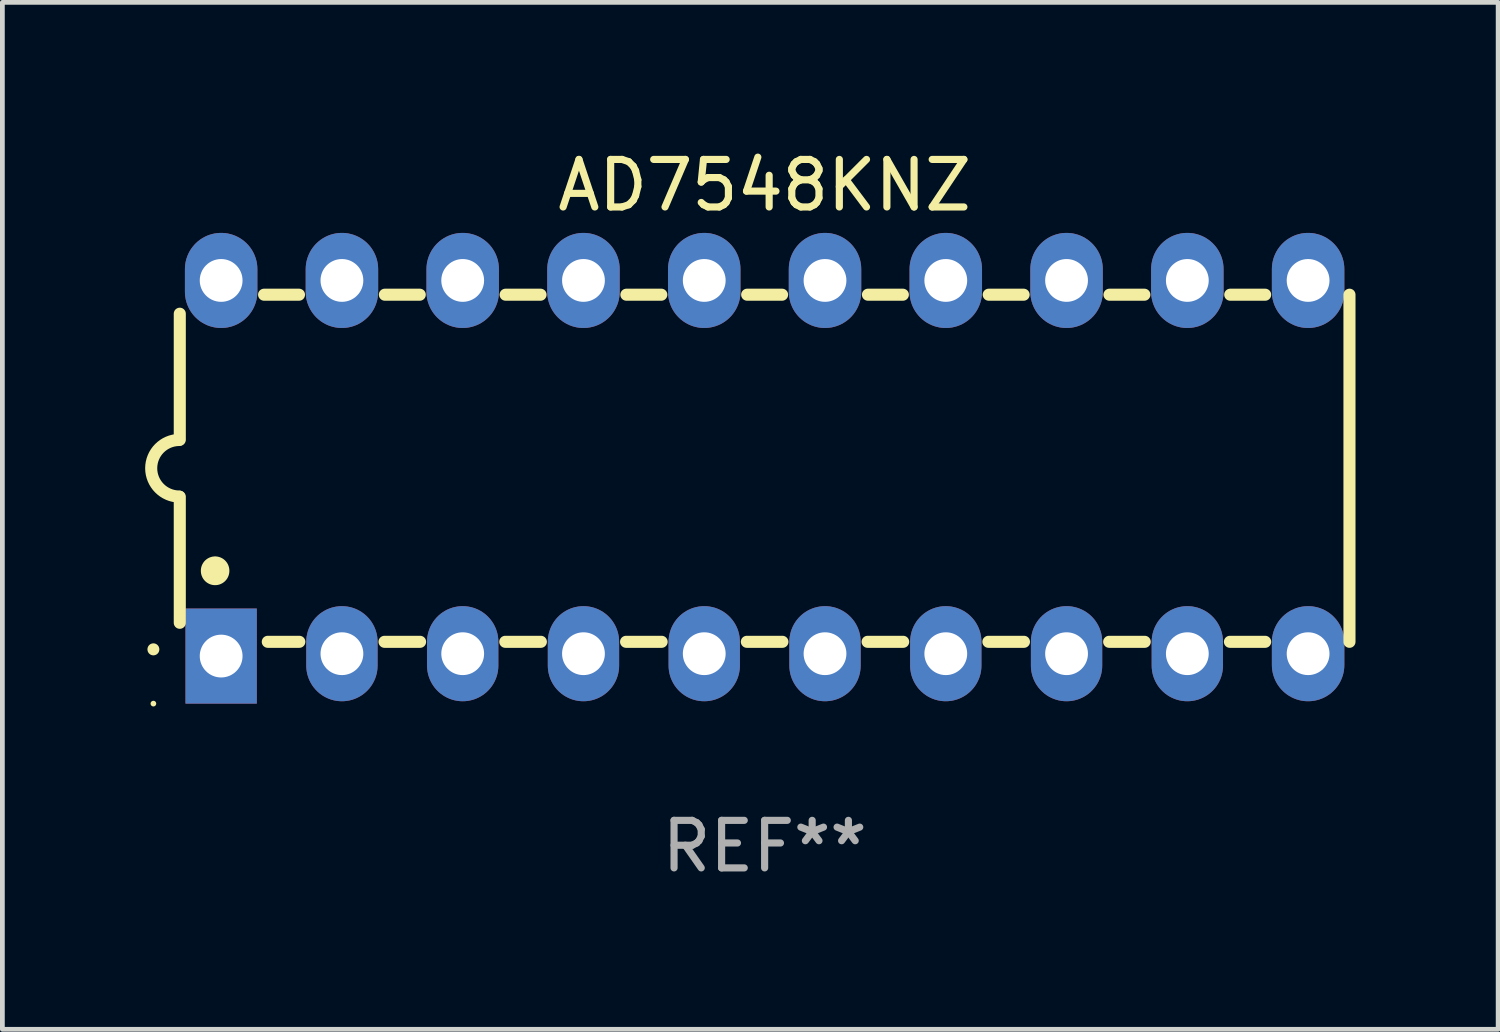
<source format=kicad_pcb>
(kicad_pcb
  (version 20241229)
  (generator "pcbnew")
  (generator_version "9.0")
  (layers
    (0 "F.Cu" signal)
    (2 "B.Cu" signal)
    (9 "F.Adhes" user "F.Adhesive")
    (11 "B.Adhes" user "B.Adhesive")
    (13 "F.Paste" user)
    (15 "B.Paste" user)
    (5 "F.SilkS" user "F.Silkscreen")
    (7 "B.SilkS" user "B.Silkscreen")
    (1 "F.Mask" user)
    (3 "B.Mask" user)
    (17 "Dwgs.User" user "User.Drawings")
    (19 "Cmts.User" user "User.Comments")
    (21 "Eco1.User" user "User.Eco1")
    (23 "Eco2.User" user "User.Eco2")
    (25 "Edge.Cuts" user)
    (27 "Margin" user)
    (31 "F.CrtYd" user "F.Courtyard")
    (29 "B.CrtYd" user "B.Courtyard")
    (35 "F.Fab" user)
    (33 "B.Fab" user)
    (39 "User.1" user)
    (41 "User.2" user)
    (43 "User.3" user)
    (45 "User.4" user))
  (footprint "AD7548KNZ"
    (layer "F.Cu")
    (at 13.031 6.798)
    (property "Reference" "AD7548KNZ" (at 0 -5.95 0) (layer "F.SilkS") (effects (font (size 1 1) (thickness 0.15))))
    (attr through_hole)
    (fp_line (start -12.3 -0.6) (end -12.3 -3.25) (stroke (width 0.254) (type solid)) (layer "F.SilkS"))
    (fp_line (start -12.3 3.25) (end -12.3 0.6) (stroke (width 0.254) (type solid)) (layer "F.SilkS"))
    (fp_line (start -10.527 -3.65) (end -9.793 -3.65) (stroke (width 0.254) (type solid)) (layer "F.SilkS"))
    (fp_line (start -10.449 3.65) (end -9.786 3.65) (stroke (width 0.254) (type solid)) (layer "F.SilkS"))
    (fp_line (start -7.994 3.65) (end -7.246 3.65) (stroke (width 0.254) (type solid)) (layer "F.SilkS"))
    (fp_line (start -7.987 -3.65) (end -7.253 -3.65) (stroke (width 0.254) (type solid)) (layer "F.SilkS"))
    (fp_line (start -5.454 3.65) (end -4.706 3.65) (stroke (width 0.254) (type solid)) (layer "F.SilkS"))
    (fp_line (start -5.447 -3.65) (end -4.713 -3.65) (stroke (width 0.254) (type solid)) (layer "F.SilkS"))
    (fp_line (start -2.914 3.65) (end -2.166 3.65) (stroke (width 0.254) (type solid)) (layer "F.SilkS"))
    (fp_line (start -2.907 -3.65) (end -2.173 -3.65) (stroke (width 0.254) (type solid)) (layer "F.SilkS"))
    (fp_line (start -0.374 3.65) (end 0.374 3.65) (stroke (width 0.254) (type solid)) (layer "F.SilkS"))
    (fp_line (start -0.367 -3.65) (end 0.367 -3.65) (stroke (width 0.254) (type solid)) (layer "F.SilkS"))
    (fp_line (start 2.166 3.65) (end 2.914 3.65) (stroke (width 0.254) (type solid)) (layer "F.SilkS"))
    (fp_line (start 2.173 -3.65) (end 2.907 -3.65) (stroke (width 0.254) (type solid)) (layer "F.SilkS"))
    (fp_line (start 4.706 3.65) (end 5.454 3.65) (stroke (width 0.254) (type solid)) (layer "F.SilkS"))
    (fp_line (start 4.713 -3.65) (end 5.447 -3.65) (stroke (width 0.254) (type solid)) (layer "F.SilkS"))
    (fp_line (start 7.246 3.65) (end 7.994 3.65) (stroke (width 0.254) (type solid)) (layer "F.SilkS"))
    (fp_line (start 7.253 -3.65) (end 7.987 -3.65) (stroke (width 0.254) (type solid)) (layer "F.SilkS"))
    (fp_line (start 9.786 3.65) (end 10.527 3.65) (stroke (width 0.254) (type solid)) (layer "F.SilkS"))
    (fp_line (start 9.793 -3.65) (end 10.527 -3.65) (stroke (width 0.254) (type solid)) (layer "F.SilkS"))
    (fp_line (start 12.3 -3.65) (end 12.3 3.65) (stroke (width 0.254) (type solid)) (layer "F.SilkS"))
    (fp_arc (start -12.854966 3.809881) (mid -12.854973 3.808611) (end -12.854966 3.807341) (stroke (width 0.25) (type solid)) (layer "F.SilkS"))
    (fp_arc (start -12.313894 0.594742) (mid -12.903982 -0.000152) (end -12.313894 -0.595046) (stroke (width 0.254001) (type solid)) (layer "F.SilkS"))
    (fp_arc (start -11.557023 2.158877) (mid -11.557034 2.156337) (end -11.557023 2.153797) (stroke (width 0.6) (type solid)) (layer "F.SilkS"))
    (fp_circle (center -12.855 4.95) (end -12.825 4.95) (stroke (width 0.06) (type solid)) (fill no) (layer "F.SilkS"))
    (fp_text user "REF**" (at 0 7.95 0) (layer "F.Fab") (effects (font (size 1 1) (thickness 0.15))))
    (pad "1" thru_hole rect (at -11.43 3.95 90) (size 2 1.5) (drill 0.9) (layers "*.Cu" "*.Mask"))
    (pad "2" thru_hole oval (at -8.89 3.9 90) (size 2 1.5) (drill 0.9) (layers "*.Cu" "*.Mask"))
    (pad "3" thru_hole oval (at -6.35 3.9 90) (size 2 1.5) (drill 0.9) (layers "*.Cu" "*.Mask"))
    (pad "4" thru_hole oval (at -3.81 3.9 90) (size 2 1.5) (drill 0.9) (layers "*.Cu" "*.Mask"))
    (pad "5" thru_hole oval (at -1.27 3.9 90) (size 2 1.5) (drill 0.9) (layers "*.Cu" "*.Mask"))
    (pad "6" thru_hole oval (at 1.27 3.9 90) (size 2 1.5) (drill 0.9) (layers "*.Cu" "*.Mask"))
    (pad "7" thru_hole oval (at 3.81 3.9 90) (size 2 1.5) (drill 0.9) (layers "*.Cu" "*.Mask"))
    (pad "8" thru_hole oval (at 6.35 3.9 90) (size 2 1.5) (drill 0.9) (layers "*.Cu" "*.Mask"))
    (pad "9" thru_hole oval (at 8.89 3.9 90) (size 2 1.5) (drill 0.9) (layers "*.Cu" "*.Mask"))
    (pad "10" thru_hole oval (at 11.43 3.9 90) (size 2 1.524) (drill 0.9) (layers "*.Cu" "*.Mask"))
    (pad "11" thru_hole oval (at 11.43 -3.95 90) (size 2 1.524) (drill 0.9) (layers "*.Cu" "*.Mask"))
    (pad "12" thru_hole oval (at 8.89 -3.95 90) (size 2 1.524) (drill 0.9) (layers "*.Cu" "*.Mask"))
    (pad "13" thru_hole oval (at 6.35 -3.95 90) (size 2 1.524) (drill 0.9) (layers "*.Cu" "*.Mask"))
    (pad "14" thru_hole oval (at 3.81 -3.95 90) (size 2 1.524) (drill 0.9) (layers "*.Cu" "*.Mask"))
    (pad "15" thru_hole oval (at 1.27 -3.95 90) (size 2 1.524) (drill 0.9) (layers "*.Cu" "*.Mask"))
    (pad "16" thru_hole oval (at -1.27 -3.95 90) (size 2 1.524) (drill 0.9) (layers "*.Cu" "*.Mask"))
    (pad "17" thru_hole oval (at -3.81 -3.95 90) (size 2 1.524) (drill 0.9) (layers "*.Cu" "*.Mask"))
    (pad "18" thru_hole oval (at -6.35 -3.95 90) (size 2 1.524) (drill 0.9) (layers "*.Cu" "*.Mask"))
    (pad "19" thru_hole oval (at -8.89 -3.95 90) (size 2 1.524) (drill 0.9) (layers "*.Cu" "*.Mask"))
    (pad "20" thru_hole oval (at -11.43 -3.95 90) (size 2 1.524) (drill 0.9) (layers "*.Cu" "*.Mask")))
  (gr_rect
    (start -3 -3)
    (end 28.458 18.597)
    (stroke (width 0.1) (type default))
    (fill no)
    (layer "Edge.Cuts")))
</source>
